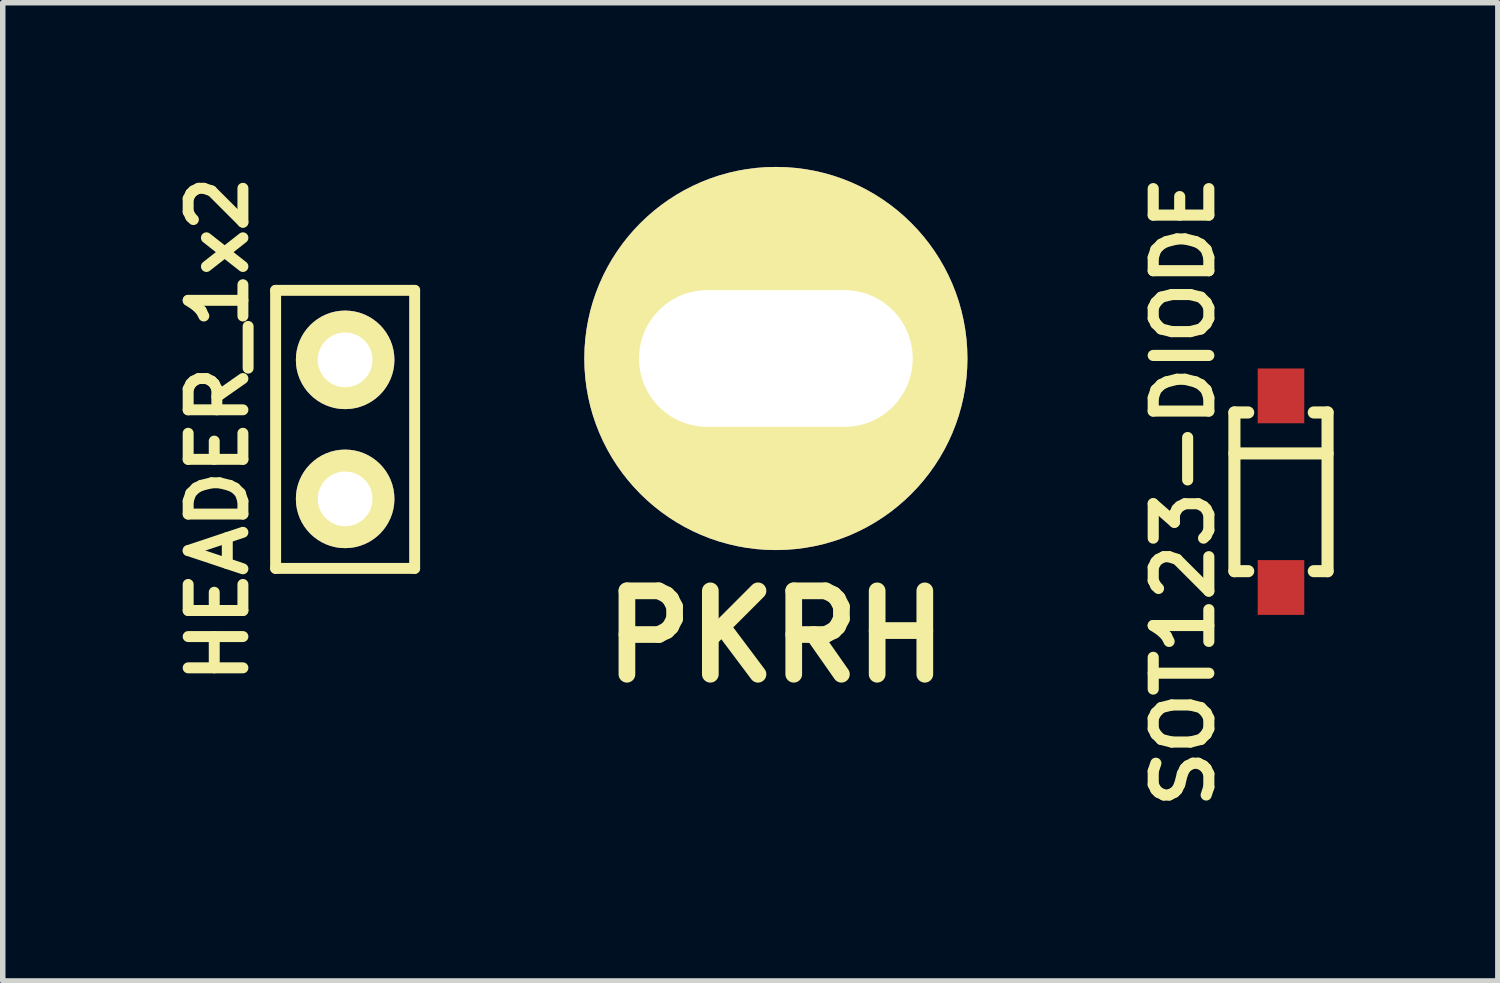
<source format=kicad_pcb>
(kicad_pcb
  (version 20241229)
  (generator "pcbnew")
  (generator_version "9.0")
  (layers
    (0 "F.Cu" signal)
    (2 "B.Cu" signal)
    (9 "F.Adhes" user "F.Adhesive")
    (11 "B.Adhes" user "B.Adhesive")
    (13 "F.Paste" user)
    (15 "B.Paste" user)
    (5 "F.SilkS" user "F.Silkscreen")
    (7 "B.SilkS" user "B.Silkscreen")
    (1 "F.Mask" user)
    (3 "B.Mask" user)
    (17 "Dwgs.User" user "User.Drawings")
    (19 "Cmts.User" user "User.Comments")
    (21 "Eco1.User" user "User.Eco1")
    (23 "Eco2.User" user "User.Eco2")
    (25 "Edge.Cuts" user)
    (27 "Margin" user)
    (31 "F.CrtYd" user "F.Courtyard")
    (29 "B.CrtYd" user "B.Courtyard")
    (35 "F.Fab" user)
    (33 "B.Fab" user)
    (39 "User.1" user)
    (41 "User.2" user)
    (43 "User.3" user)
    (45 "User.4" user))
  (footprint "HEADER_1x2"
    (layer "F.Cu")
    (at 3.256 4.795)
    (property "Reference" "HEADER_1x2" (at -2.32 0 90) (layer "F.SilkS") (effects (font (size 1 1) (thickness 0.2))))
    (attr through_hole)
    (fp_line (start -1.27 -2.54) (end -1.27 2.54) (stroke (width 0.2) (type solid)) (layer "F.SilkS"))
    (fp_line (start -1.27 -2.54) (end 1.27 -2.54) (stroke (width 0.2) (type solid)) (layer "F.SilkS"))
    (fp_line (start -1.27 2.54) (end 1.27 2.54) (stroke (width 0.2) (type solid)) (layer "F.SilkS"))
    (fp_line (start 1.27 -2.54) (end 1.27 2.54) (stroke (width 0.2) (type solid)) (layer "F.SilkS"))
    (pad "1" thru_hole circle (at 0 -1.27) (size 1.8 1.8) (drill 1) (layers "*.Cu" "*.Mask" "F.SilkS"))
    (pad "2" thru_hole circle (at 0 1.27) (size 1.8 1.8) (drill 1) (layers "*.Cu" "*.Mask" "F.SilkS")))
  (footprint "SOT123-DIODE"
    (layer "F.Cu")
    (at 20.355 5.936)
    (property "Reference" "SOT123-DIODE" (at -1.778 0 90) (layer "F.SilkS") (effects (font (size 1.016 1.016) (thickness 0.203))))
    (attr through_hole)
    (fp_line (start -0.851 -1.45) (end -0.599 -1.45) (stroke (width 0.221) (type solid)) (layer "F.SilkS"))
    (fp_line (start -0.851 -0.701) (end 0.851 -0.701) (stroke (width 0.221) (type solid)) (layer "F.SilkS"))
    (fp_line (start -0.851 1.45) (end -0.851 -1.45) (stroke (width 0.221) (type solid)) (layer "F.SilkS"))
    (fp_line (start -0.851 1.45) (end -0.599 1.45) (stroke (width 0.221) (type solid)) (layer "F.SilkS"))
    (fp_line (start 0.851 -1.45) (end 0.599 -1.45) (stroke (width 0.221) (type solid)) (layer "F.SilkS"))
    (fp_line (start 0.851 1.45) (end 0.599 1.45) (stroke (width 0.221) (type solid)) (layer "F.SilkS"))
    (fp_line (start 0.851 1.45) (end 0.851 -1.45) (stroke (width 0.221) (type solid)) (layer "F.SilkS"))
    (pad "1" smd rect (at 0 1.748 270) (size 1.001 0.851) (layers "F.Cu" "F.Mask" "F.Paste"))
    (pad "2" smd rect (at 0 -1.753 270) (size 1.001 0.851) (layers "F.Cu" "F.Mask" "F.Paste")))
  (footprint "PKRH"
    (layer "F.Cu")
    (at 11.126 3.5)
    (property "Reference" "PKRH" (at 0 5.08 0) (layer "F.SilkS") (effects (font (size 1.524 1.524) (thickness 0.305))))
    (attr through_hole)
    (pad "1" thru_hole circle (at 0 0) (size 7 7) (drill oval 5.001 2.499) (layers "*.Cu" "*.Mask" "F.SilkS")))
  (gr_rect
    (start -3 -3)
    (end 24.317 14.873)
    (stroke (width 0.1) (type default))
    (fill no)
    (layer "Edge.Cuts")))
</source>
